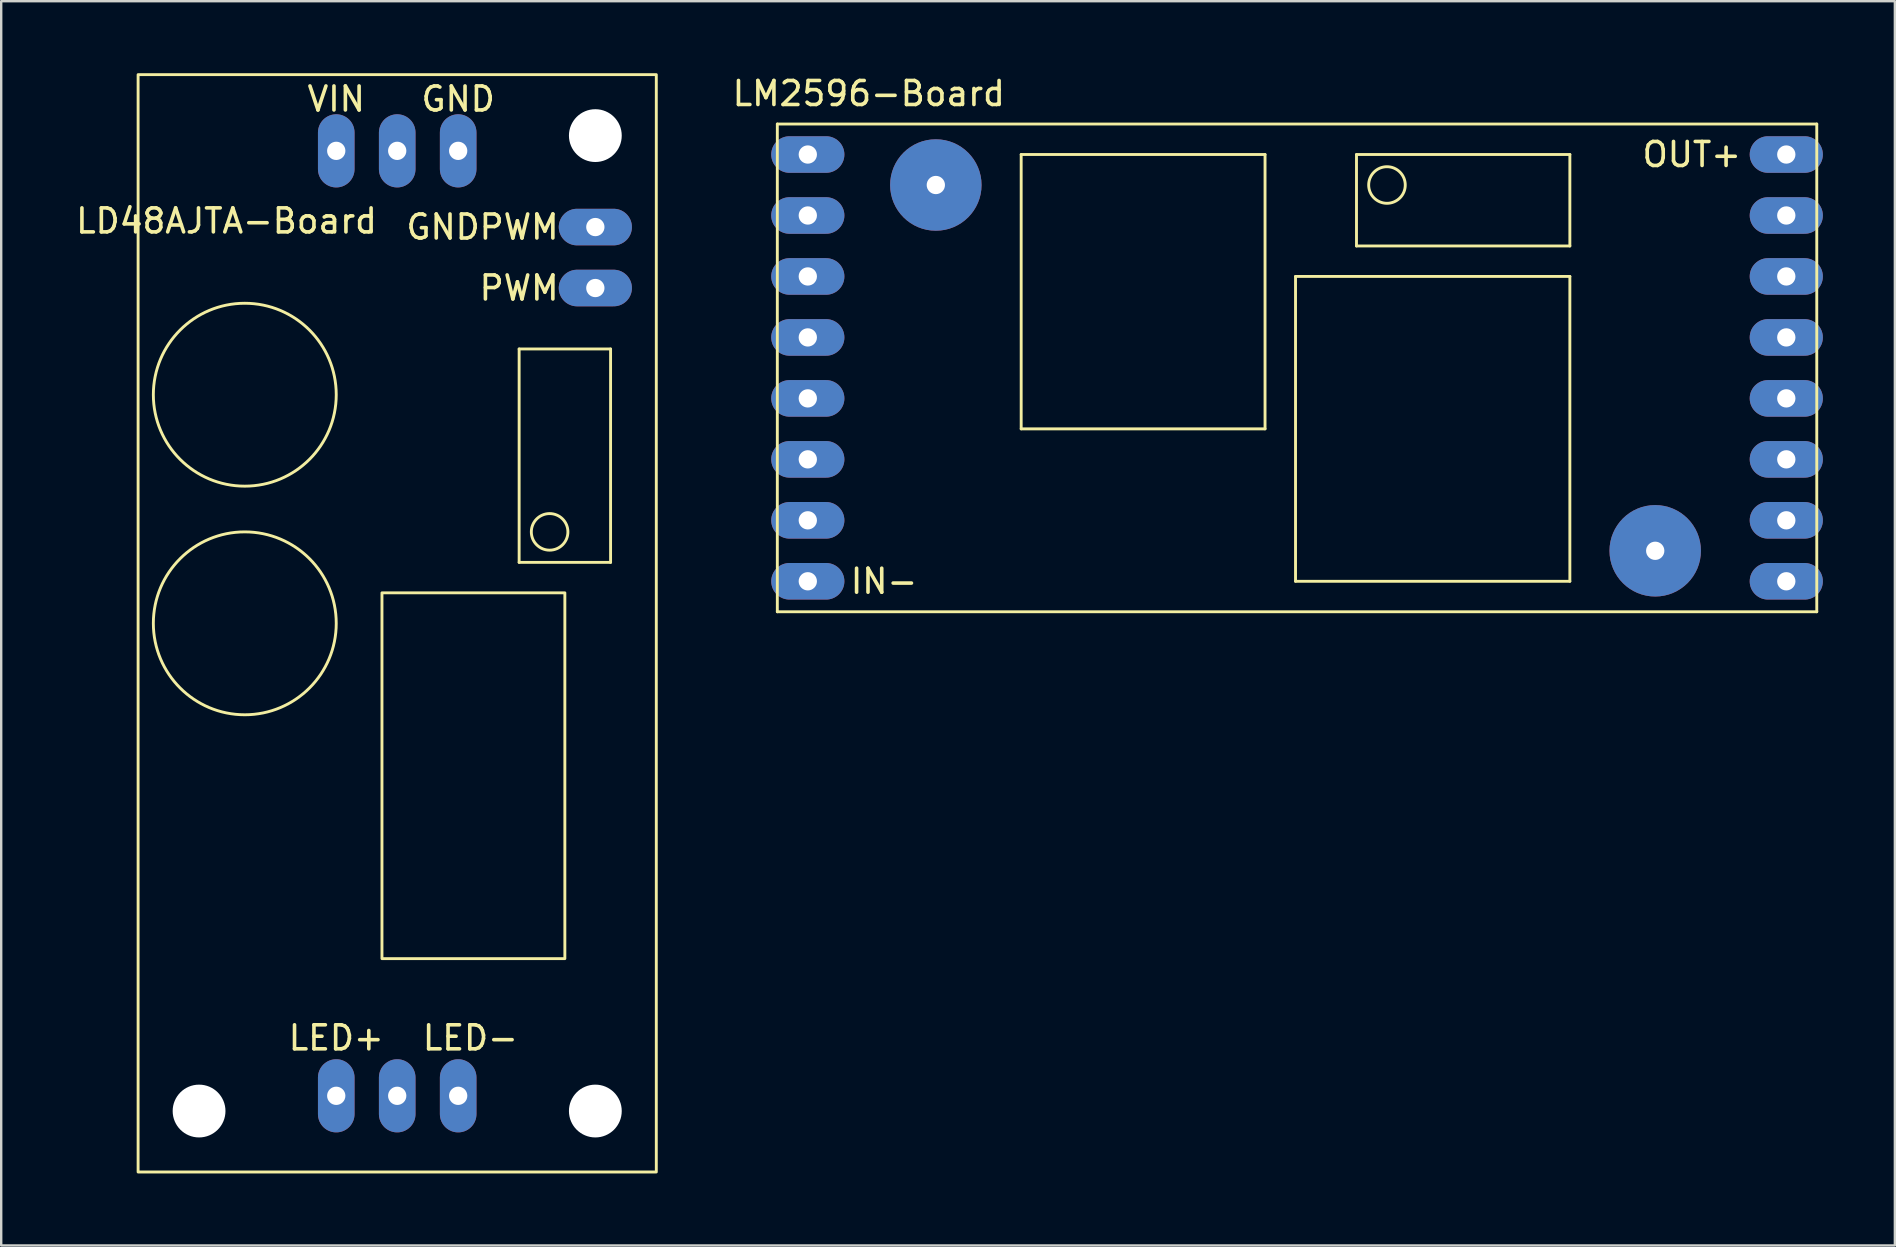
<source format=kicad_pcb>
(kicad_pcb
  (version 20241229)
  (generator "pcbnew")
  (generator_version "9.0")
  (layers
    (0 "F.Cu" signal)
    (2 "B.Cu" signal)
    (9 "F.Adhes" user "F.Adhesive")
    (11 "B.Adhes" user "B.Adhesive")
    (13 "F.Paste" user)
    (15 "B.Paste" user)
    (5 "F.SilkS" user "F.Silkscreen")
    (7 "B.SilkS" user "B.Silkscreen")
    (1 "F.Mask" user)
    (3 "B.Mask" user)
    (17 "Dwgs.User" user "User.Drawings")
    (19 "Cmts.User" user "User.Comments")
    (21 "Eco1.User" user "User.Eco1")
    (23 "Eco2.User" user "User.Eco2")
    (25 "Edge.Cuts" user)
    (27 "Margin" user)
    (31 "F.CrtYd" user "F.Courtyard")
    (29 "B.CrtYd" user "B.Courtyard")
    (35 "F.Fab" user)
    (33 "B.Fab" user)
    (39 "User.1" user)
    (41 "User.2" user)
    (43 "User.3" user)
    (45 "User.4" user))
  (footprint "LD48AJTA-Board"
    (layer "F.Cu")
    (at 13.499 22.92)
    (property "Reference" "LD48AJTA-Board" (at -7.112 -16.764 0) (layer "F.SilkS") (effects (font (size 1 1) (thickness 0.15))))
    (attr through_hole)
    (fp_line (start 5.08 -11.43) (end 5.08 -2.54) (stroke (width 0.12) (type solid)) (layer "F.SilkS"))
    (fp_line (start 5.08 -2.54) (end 8.89 -2.54) (stroke (width 0.12) (type solid)) (layer "F.SilkS"))
    (fp_line (start 8.89 -11.43) (end 5.08 -11.43) (stroke (width 0.12) (type solid)) (layer "F.SilkS"))
    (fp_line (start 8.89 -2.54) (end 8.89 -11.43) (stroke (width 0.12) (type solid)) (layer "F.SilkS"))
    (fp_rect (start -10.795 22.86) (end 10.795 -22.86) (stroke (width 0.12) (type solid)) (fill no) (layer "F.SilkS"))
    (fp_rect (start -0.635 -1.27) (end 6.985 13.97) (stroke (width 0.12) (type solid)) (fill no) (layer "F.SilkS"))
    (fp_circle (center -6.35 -9.525) (end -6.35 -5.715) (stroke (width 0.12) (type solid)) (fill no) (layer "F.SilkS"))
    (fp_circle (center -6.35 0) (end -6.35 3.81) (stroke (width 0.12) (type solid)) (fill no) (layer "F.SilkS"))
    (fp_circle (center 6.35 -3.81) (end 6.35 -4.572) (stroke (width 0.12) (type solid)) (fill no) (layer "F.SilkS"))
    (fp_text user "GNDPWM" (at 3.556 -16.51 0) (unlocked yes) (layer "F.SilkS") (effects (font (size 1 1) (thickness 0.15))))
    (fp_text user "GND" (at 2.54 -21.844 0) (unlocked yes) (layer "F.SilkS") (effects (font (size 1 1) (thickness 0.15))))
    (fp_text user "LED+" (at -2.54 17.272 0) (unlocked yes) (layer "F.SilkS") (effects (font (size 1 1) (thickness 0.15))))
    (fp_text user "LED-" (at 3.048 17.272 0) (unlocked yes) (layer "F.SilkS") (effects (font (size 1 1) (thickness 0.15))))
    (fp_text user "VIN" (at -2.54 -21.844 0) (unlocked yes) (layer "F.SilkS") (effects (font (size 1 1) (thickness 0.15))))
    (fp_text user "PWM" (at 5.08 -13.97 0) (unlocked yes) (layer "F.SilkS") (effects (font (size 1 1) (thickness 0.15))))
    (pad "" np_thru_hole circle (at -8.255 20.32) (size 2.2 2.2) (drill 2.2) (layers "*.Cu" "*.Mask"))
    (pad "" thru_hole oval (at 0 -19.685) (size 1.524 3.048) (drill 0.762) (layers "*.Cu" "*.Mask"))
    (pad "" thru_hole oval (at 0 19.685) (size 1.524 3.048) (drill 0.762) (layers "*.Cu" "*.Mask"))
    (pad "" np_thru_hole circle (at 8.255 -20.32) (size 2.2 2.2) (drill 2.2) (layers "*.Cu" "*.Mask"))
    (pad "" np_thru_hole circle (at 8.255 20.32) (size 2.2 2.2) (drill 2.2) (layers "*.Cu" "*.Mask"))
    (pad "1" thru_hole oval (at -2.54 -19.685) (size 1.524 3.048) (drill 0.762) (layers "*.Cu" "*.Mask"))
    (pad "2" thru_hole oval (at 2.54 -19.685) (size 1.524 3.048) (drill 0.762) (layers "*.Cu" "*.Mask"))
    (pad "3" thru_hole oval (at -2.54 19.685) (size 1.524 3.048) (drill 0.762) (layers "*.Cu" "*.Mask"))
    (pad "4" thru_hole oval (at 2.54 19.685) (size 1.524 3.048) (drill 0.762) (layers "*.Cu" "*.Mask"))
    (pad "5" thru_hole oval (at 8.255 -13.97 90) (size 1.524 3.048) (drill 0.762) (layers "*.Cu" "*.Mask"))
    (pad "6" thru_hole oval (at 8.255 -16.51 90) (size 1.524 3.048) (drill 0.762) (layers "*.Cu" "*.Mask")))
  (footprint "LM2596-Board"
    (layer "F.Cu")
    (at 50.926 12.278)
    (property "Reference" "LM2596-Board" (at -17.78 -11.43 0) (layer "F.SilkS") (effects (font (size 1 1) (thickness 0.15))))
    (attr through_hole)
    (fp_line (start -21.59 -10.16) (end 21.717 -10.16) (stroke (width 0.12) (type solid)) (layer "F.SilkS"))
    (fp_line (start -21.59 10.16) (end -21.59 -10.16) (stroke (width 0.12) (type solid)) (layer "F.SilkS"))
    (fp_line (start -11.43 -8.89) (end -1.27 -8.89) (stroke (width 0.12) (type solid)) (layer "F.SilkS"))
    (fp_line (start -11.43 2.54) (end -11.43 -8.89) (stroke (width 0.12) (type solid)) (layer "F.SilkS"))
    (fp_line (start -1.27 -8.89) (end -1.27 2.54) (stroke (width 0.12) (type solid)) (layer "F.SilkS"))
    (fp_line (start -1.27 2.54) (end -11.43 2.54) (stroke (width 0.12) (type solid)) (layer "F.SilkS"))
    (fp_line (start 0 -3.81) (end 11.43 -3.81) (stroke (width 0.12) (type solid)) (layer "F.SilkS"))
    (fp_line (start 0 8.89) (end 0 -3.81) (stroke (width 0.12) (type solid)) (layer "F.SilkS"))
    (fp_line (start 2.54 -8.89) (end 2.54 -5.08) (stroke (width 0.12) (type solid)) (layer "F.SilkS"))
    (fp_line (start 2.54 -5.08) (end 11.43 -5.08) (stroke (width 0.12) (type solid)) (layer "F.SilkS"))
    (fp_line (start 11.43 -8.89) (end 2.54 -8.89) (stroke (width 0.12) (type solid)) (layer "F.SilkS"))
    (fp_line (start 11.43 -5.08) (end 11.43 -8.89) (stroke (width 0.12) (type solid)) (layer "F.SilkS"))
    (fp_line (start 11.43 -3.81) (end 11.43 8.89) (stroke (width 0.12) (type solid)) (layer "F.SilkS"))
    (fp_line (start 11.43 8.89) (end 0 8.89) (stroke (width 0.12) (type solid)) (layer "F.SilkS"))
    (fp_line (start 21.717 -10.16) (end 21.717 10.16) (stroke (width 0.12) (type solid)) (layer "F.SilkS"))
    (fp_line (start 21.717 10.16) (end -21.59 10.16) (stroke (width 0.12) (type solid)) (layer "F.SilkS"))
    (fp_circle (center 3.81 -7.62) (end 4.572 -7.62) (stroke (width 0.12) (type solid)) (fill no) (layer "F.SilkS"))
    (fp_text user "IN-" (at -17.145 8.89 0) (layer "F.SilkS") (effects (font (size 1 1) (thickness 0.15))))
    (fp_text user "OUT+" (at 16.51 -8.89 0) (layer "F.SilkS") (effects (font (size 1 1) (thickness 0.15))))
    (pad "" thru_hole oval (at -20.32 -6.35) (size 3.048 1.524) (drill 0.762) (layers "*.Cu" "*.Mask"))
    (pad "" thru_hole oval (at -20.32 -3.81) (size 3.048 1.524) (drill 0.762) (layers "*.Cu" "*.Mask"))
    (pad "" thru_hole oval (at -20.32 -1.27) (size 3.048 1.524) (drill 0.762) (layers "*.Cu" "*.Mask"))
    (pad "" thru_hole oval (at -20.32 1.27) (size 3.048 1.524) (drill 0.762) (layers "*.Cu" "*.Mask"))
    (pad "" thru_hole oval (at -20.32 3.81) (size 3.048 1.524) (drill 0.762) (layers "*.Cu" "*.Mask"))
    (pad "" thru_hole oval (at -20.32 6.35) (size 3.048 1.524) (drill 0.762) (layers "*.Cu" "*.Mask"))
    (pad "" np_thru_hole circle (at -14.986 -7.62) (size 3.81 3.81) (drill 0.762) (layers "*.Cu" "*.Mask"))
    (pad "" np_thru_hole circle (at 14.986 7.62) (size 3.81 3.81) (drill 0.762) (layers "*.Cu" "*.Mask"))
    (pad "" thru_hole oval (at 20.447 -6.35) (size 3.048 1.524) (drill 0.762) (layers "*.Cu" "*.Mask"))
    (pad "" thru_hole oval (at 20.447 -3.81) (size 3.048 1.524) (drill 0.762) (layers "*.Cu" "*.Mask"))
    (pad "" thru_hole oval (at 20.447 -1.27) (size 3.048 1.524) (drill 0.762) (layers "*.Cu" "*.Mask"))
    (pad "" thru_hole oval (at 20.447 1.27) (size 3.048 1.524) (drill 0.762) (layers "*.Cu" "*.Mask"))
    (pad "" thru_hole oval (at 20.447 3.81) (size 3.048 1.524) (drill 0.762) (layers "*.Cu" "*.Mask"))
    (pad "" thru_hole oval (at 20.447 6.35) (size 3.048 1.524) (drill 0.762) (layers "*.Cu" "*.Mask"))
    (pad "1" thru_hole oval (at -20.32 -8.89) (size 3.048 1.524) (drill 0.762) (layers "*.Cu" "*.Mask"))
    (pad "2" thru_hole oval (at -20.32 8.89) (size 3.048 1.524) (drill 0.762) (layers "*.Cu" "*.Mask"))
    (pad "3" thru_hole oval (at 20.447 8.89) (size 3.048 1.524) (drill 0.762) (layers "*.Cu" "*.Mask"))
    (pad "4" thru_hole oval (at 20.447 -8.89) (size 3.048 1.524) (drill 0.762) (layers "*.Cu" "*.Mask")))
  (gr_rect
    (start -3 -3)
    (end 75.897 48.84)
    (stroke (width 0.1) (type default))
    (fill no)
    (layer "Edge.Cuts")))
</source>
